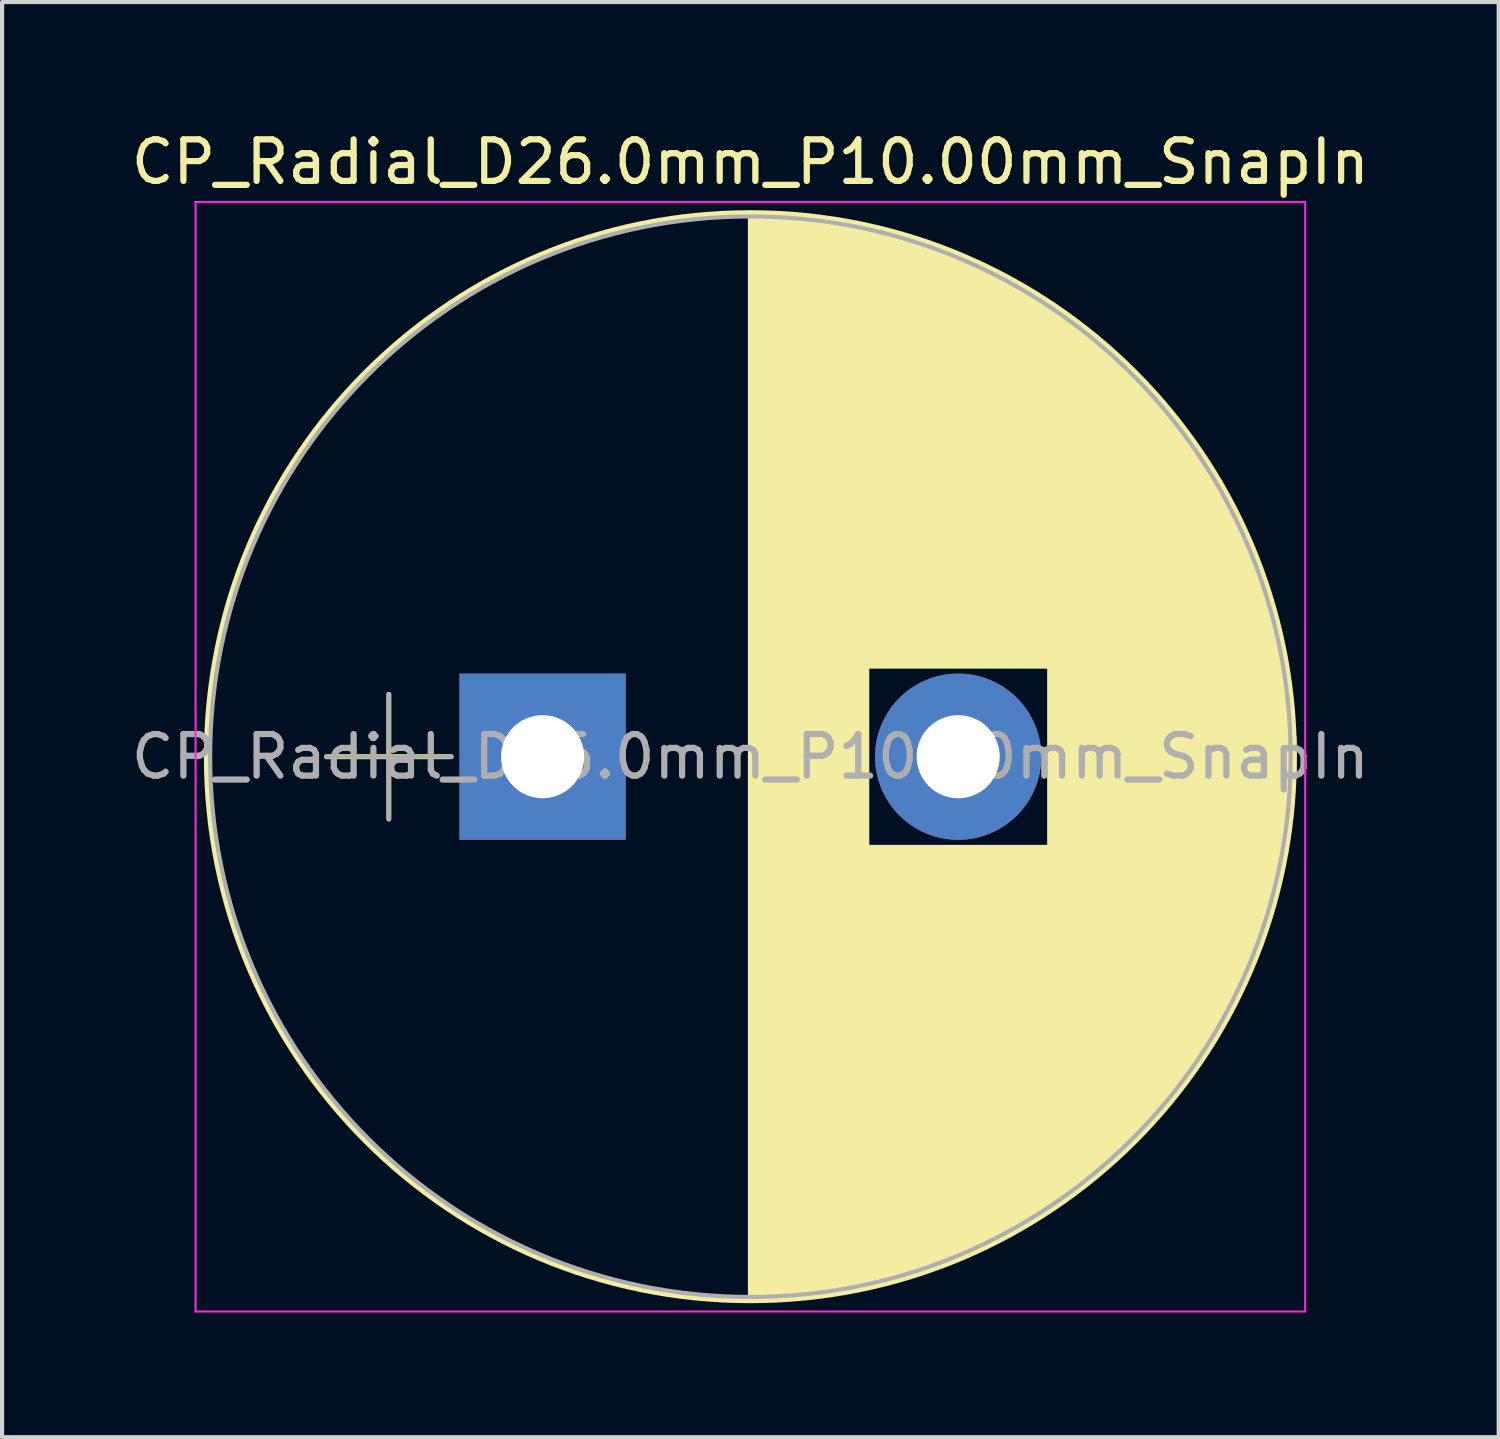
<source format=kicad_pcb>
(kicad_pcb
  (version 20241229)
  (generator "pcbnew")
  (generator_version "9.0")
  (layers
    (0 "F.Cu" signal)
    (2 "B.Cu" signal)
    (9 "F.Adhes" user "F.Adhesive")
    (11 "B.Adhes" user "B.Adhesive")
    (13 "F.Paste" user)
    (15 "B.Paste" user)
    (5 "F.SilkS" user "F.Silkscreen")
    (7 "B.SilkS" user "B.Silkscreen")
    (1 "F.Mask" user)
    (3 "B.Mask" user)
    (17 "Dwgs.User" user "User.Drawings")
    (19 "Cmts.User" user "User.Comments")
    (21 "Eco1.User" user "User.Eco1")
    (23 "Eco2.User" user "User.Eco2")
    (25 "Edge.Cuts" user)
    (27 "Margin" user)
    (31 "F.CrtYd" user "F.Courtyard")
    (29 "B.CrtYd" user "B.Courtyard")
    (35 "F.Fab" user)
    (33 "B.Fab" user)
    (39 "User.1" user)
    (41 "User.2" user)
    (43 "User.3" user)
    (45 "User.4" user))
  (footprint "CP_Radial_D26.0mm_P10.00mm_SnapIn"
    (layer "F.Cu")
    (at 10.006 15.158)
    (property "Reference" "CP_Radial_D26.0mm_P10.00mm_SnapIn" (at 5 -14.31 0) (layer "F.SilkS") (effects (font (size 1 1) (thickness 0.15))))
    (attr through_hole)
    (fp_line (start -5.2 0) (end -2.2 0) (stroke (width 0.12) (type solid)) (layer "F.SilkS"))
    (fp_line (start -3.7 -1.5) (end -3.7 1.5) (stroke (width 0.12) (type solid)) (layer "F.SilkS"))
    (fp_line (start 5 -13.05) (end 5 13.05) (stroke (width 0.12) (type solid)) (layer "F.SilkS"))
    (fp_line (start 5.04 -13.05) (end 5.04 13.05) (stroke (width 0.12) (type solid)) (layer "F.SilkS"))
    (fp_line (start 5.08 -13.05) (end 5.08 13.05) (stroke (width 0.12) (type solid)) (layer "F.SilkS"))
    (fp_line (start 5.12 -13.05) (end 5.12 13.05) (stroke (width 0.12) (type solid)) (layer "F.SilkS"))
    (fp_line (start 5.16 -13.05) (end 5.16 13.05) (stroke (width 0.12) (type solid)) (layer "F.SilkS"))
    (fp_line (start 5.2 -13.049) (end 5.2 13.049) (stroke (width 0.12) (type solid)) (layer "F.SilkS"))
    (fp_line (start 5.24 -13.048) (end 5.24 13.048) (stroke (width 0.12) (type solid)) (layer "F.SilkS"))
    (fp_line (start 5.28 -13.048) (end 5.28 13.048) (stroke (width 0.12) (type solid)) (layer "F.SilkS"))
    (fp_line (start 5.32 -13.047) (end 5.32 13.047) (stroke (width 0.12) (type solid)) (layer "F.SilkS"))
    (fp_line (start 5.36 -13.046) (end 5.36 13.046) (stroke (width 0.12) (type solid)) (layer "F.SilkS"))
    (fp_line (start 5.4 -13.044) (end 5.4 13.044) (stroke (width 0.12) (type solid)) (layer "F.SilkS"))
    (fp_line (start 5.44 -13.043) (end 5.44 13.043) (stroke (width 0.12) (type solid)) (layer "F.SilkS"))
    (fp_line (start 5.48 -13.042) (end 5.48 13.042) (stroke (width 0.12) (type solid)) (layer "F.SilkS"))
    (fp_line (start 5.52 -13.04) (end 5.52 13.04) (stroke (width 0.12) (type solid)) (layer "F.SilkS"))
    (fp_line (start 5.56 -13.039) (end 5.56 13.039) (stroke (width 0.12) (type solid)) (layer "F.SilkS"))
    (fp_line (start 5.6 -13.037) (end 5.6 13.037) (stroke (width 0.12) (type solid)) (layer "F.SilkS"))
    (fp_line (start 5.64 -13.035) (end 5.64 13.035) (stroke (width 0.12) (type solid)) (layer "F.SilkS"))
    (fp_line (start 5.68 -13.033) (end 5.68 13.033) (stroke (width 0.12) (type solid)) (layer "F.SilkS"))
    (fp_line (start 5.721 -13.031) (end 5.721 13.031) (stroke (width 0.12) (type solid)) (layer "F.SilkS"))
    (fp_line (start 5.761 -13.028) (end 5.761 13.028) (stroke (width 0.12) (type solid)) (layer "F.SilkS"))
    (fp_line (start 5.801 -13.026) (end 5.801 13.026) (stroke (width 0.12) (type solid)) (layer "F.SilkS"))
    (fp_line (start 5.841 -13.024) (end 5.841 13.024) (stroke (width 0.12) (type solid)) (layer "F.SilkS"))
    (fp_line (start 5.881 -13.021) (end 5.881 13.021) (stroke (width 0.12) (type solid)) (layer "F.SilkS"))
    (fp_line (start 5.921 -13.018) (end 5.921 13.018) (stroke (width 0.12) (type solid)) (layer "F.SilkS"))
    (fp_line (start 5.961 -13.015) (end 5.961 13.015) (stroke (width 0.12) (type solid)) (layer "F.SilkS"))
    (fp_line (start 6.001 -13.012) (end 6.001 13.012) (stroke (width 0.12) (type solid)) (layer "F.SilkS"))
    (fp_line (start 6.041 -13.009) (end 6.041 13.009) (stroke (width 0.12) (type solid)) (layer "F.SilkS"))
    (fp_line (start 6.081 -13.006) (end 6.081 13.006) (stroke (width 0.12) (type solid)) (layer "F.SilkS"))
    (fp_line (start 6.121 -13.002) (end 6.121 13.002) (stroke (width 0.12) (type solid)) (layer "F.SilkS"))
    (fp_line (start 6.161 -12.999) (end 6.161 12.999) (stroke (width 0.12) (type solid)) (layer "F.SilkS"))
    (fp_line (start 6.201 -12.995) (end 6.201 12.995) (stroke (width 0.12) (type solid)) (layer "F.SilkS"))
    (fp_line (start 6.241 -12.992) (end 6.241 12.992) (stroke (width 0.12) (type solid)) (layer "F.SilkS"))
    (fp_line (start 6.281 -12.988) (end 6.281 12.988) (stroke (width 0.12) (type solid)) (layer "F.SilkS"))
    (fp_line (start 6.321 -12.984) (end 6.321 12.984) (stroke (width 0.12) (type solid)) (layer "F.SilkS"))
    (fp_line (start 6.361 -12.98) (end 6.361 12.98) (stroke (width 0.12) (type solid)) (layer "F.SilkS"))
    (fp_line (start 6.401 -12.975) (end 6.401 12.975) (stroke (width 0.12) (type solid)) (layer "F.SilkS"))
    (fp_line (start 6.441 -12.971) (end 6.441 12.971) (stroke (width 0.12) (type solid)) (layer "F.SilkS"))
    (fp_line (start 6.481 -12.967) (end 6.481 12.967) (stroke (width 0.12) (type solid)) (layer "F.SilkS"))
    (fp_line (start 6.521 -12.962) (end 6.521 12.962) (stroke (width 0.12) (type solid)) (layer "F.SilkS"))
    (fp_line (start 6.561 -12.957) (end 6.561 12.957) (stroke (width 0.12) (type solid)) (layer "F.SilkS"))
    (fp_line (start 6.601 -12.952) (end 6.601 12.952) (stroke (width 0.12) (type solid)) (layer "F.SilkS"))
    (fp_line (start 6.641 -12.947) (end 6.641 12.947) (stroke (width 0.12) (type solid)) (layer "F.SilkS"))
    (fp_line (start 6.681 -12.942) (end 6.681 12.942) (stroke (width 0.12) (type solid)) (layer "F.SilkS"))
    (fp_line (start 6.721 -12.937) (end 6.721 12.937) (stroke (width 0.12) (type solid)) (layer "F.SilkS"))
    (fp_line (start 6.761 -12.932) (end 6.761 12.932) (stroke (width 0.12) (type solid)) (layer "F.SilkS"))
    (fp_line (start 6.801 -12.926) (end 6.801 12.926) (stroke (width 0.12) (type solid)) (layer "F.SilkS"))
    (fp_line (start 6.841 -12.921) (end 6.841 12.921) (stroke (width 0.12) (type solid)) (layer "F.SilkS"))
    (fp_line (start 6.881 -12.915) (end 6.881 12.915) (stroke (width 0.12) (type solid)) (layer "F.SilkS"))
    (fp_line (start 6.921 -12.909) (end 6.921 12.909) (stroke (width 0.12) (type solid)) (layer "F.SilkS"))
    (fp_line (start 6.961 -12.903) (end 6.961 12.903) (stroke (width 0.12) (type solid)) (layer "F.SilkS"))
    (fp_line (start 7.001 -12.897) (end 7.001 12.897) (stroke (width 0.12) (type solid)) (layer "F.SilkS"))
    (fp_line (start 7.041 -12.891) (end 7.041 12.891) (stroke (width 0.12) (type solid)) (layer "F.SilkS"))
    (fp_line (start 7.081 -12.884) (end 7.081 12.884) (stroke (width 0.12) (type solid)) (layer "F.SilkS"))
    (fp_line (start 7.121 -12.878) (end 7.121 12.878) (stroke (width 0.12) (type solid)) (layer "F.SilkS"))
    (fp_line (start 7.161 -12.871) (end 7.161 12.871) (stroke (width 0.12) (type solid)) (layer "F.SilkS"))
    (fp_line (start 7.201 -12.864) (end 7.201 12.864) (stroke (width 0.12) (type solid)) (layer "F.SilkS"))
    (fp_line (start 7.241 -12.857) (end 7.241 12.857) (stroke (width 0.12) (type solid)) (layer "F.SilkS"))
    (fp_line (start 7.281 -12.85) (end 7.281 12.85) (stroke (width 0.12) (type solid)) (layer "F.SilkS"))
    (fp_line (start 7.321 -12.843) (end 7.321 12.843) (stroke (width 0.12) (type solid)) (layer "F.SilkS"))
    (fp_line (start 7.361 -12.836) (end 7.361 12.836) (stroke (width 0.12) (type solid)) (layer "F.SilkS"))
    (fp_line (start 7.401 -12.829) (end 7.401 12.829) (stroke (width 0.12) (type solid)) (layer "F.SilkS"))
    (fp_line (start 7.441 -12.821) (end 7.441 12.821) (stroke (width 0.12) (type solid)) (layer "F.SilkS"))
    (fp_line (start 7.481 -12.813) (end 7.481 12.813) (stroke (width 0.12) (type solid)) (layer "F.SilkS"))
    (fp_line (start 7.521 -12.806) (end 7.521 12.806) (stroke (width 0.12) (type solid)) (layer "F.SilkS"))
    (fp_line (start 7.561 -12.798) (end 7.561 12.798) (stroke (width 0.12) (type solid)) (layer "F.SilkS"))
    (fp_line (start 7.601 -12.79) (end 7.601 12.79) (stroke (width 0.12) (type solid)) (layer "F.SilkS"))
    (fp_line (start 7.641 -12.782) (end 7.641 12.782) (stroke (width 0.12) (type solid)) (layer "F.SilkS"))
    (fp_line (start 7.681 -12.773) (end 7.681 12.773) (stroke (width 0.12) (type solid)) (layer "F.SilkS"))
    (fp_line (start 7.721 -12.765) (end 7.721 12.765) (stroke (width 0.12) (type solid)) (layer "F.SilkS"))
    (fp_line (start 7.761 -12.756) (end 7.761 12.756) (stroke (width 0.12) (type solid)) (layer "F.SilkS"))
    (fp_line (start 7.801 -12.748) (end 7.801 12.748) (stroke (width 0.12) (type solid)) (layer "F.SilkS"))
    (fp_line (start 7.841 -12.739) (end 7.841 -2.18) (stroke (width 0.12) (type solid)) (layer "F.SilkS"))
    (fp_line (start 7.841 2.18) (end 7.841 12.739) (stroke (width 0.12) (type solid)) (layer "F.SilkS"))
    (fp_line (start 7.881 -12.73) (end 7.881 -2.18) (stroke (width 0.12) (type solid)) (layer "F.SilkS"))
    (fp_line (start 7.881 2.18) (end 7.881 12.73) (stroke (width 0.12) (type solid)) (layer "F.SilkS"))
    (fp_line (start 7.921 -12.721) (end 7.921 -2.18) (stroke (width 0.12) (type solid)) (layer "F.SilkS"))
    (fp_line (start 7.921 2.18) (end 7.921 12.721) (stroke (width 0.12) (type solid)) (layer "F.SilkS"))
    (fp_line (start 7.961 -12.711) (end 7.961 -2.18) (stroke (width 0.12) (type solid)) (layer "F.SilkS"))
    (fp_line (start 7.961 2.18) (end 7.961 12.711) (stroke (width 0.12) (type solid)) (layer "F.SilkS"))
    (fp_line (start 8.001 -12.702) (end 8.001 -2.18) (stroke (width 0.12) (type solid)) (layer "F.SilkS"))
    (fp_line (start 8.001 2.18) (end 8.001 12.702) (stroke (width 0.12) (type solid)) (layer "F.SilkS"))
    (fp_line (start 8.041 -12.693) (end 8.041 -2.18) (stroke (width 0.12) (type solid)) (layer "F.SilkS"))
    (fp_line (start 8.041 2.18) (end 8.041 12.693) (stroke (width 0.12) (type solid)) (layer "F.SilkS"))
    (fp_line (start 8.081 -12.683) (end 8.081 -2.18) (stroke (width 0.12) (type solid)) (layer "F.SilkS"))
    (fp_line (start 8.081 2.18) (end 8.081 12.683) (stroke (width 0.12) (type solid)) (layer "F.SilkS"))
    (fp_line (start 8.121 -12.673) (end 8.121 -2.18) (stroke (width 0.12) (type solid)) (layer "F.SilkS"))
    (fp_line (start 8.121 2.18) (end 8.121 12.673) (stroke (width 0.12) (type solid)) (layer "F.SilkS"))
    (fp_line (start 8.161 -12.663) (end 8.161 -2.18) (stroke (width 0.12) (type solid)) (layer "F.SilkS"))
    (fp_line (start 8.161 2.18) (end 8.161 12.663) (stroke (width 0.12) (type solid)) (layer "F.SilkS"))
    (fp_line (start 8.201 -12.653) (end 8.201 -2.18) (stroke (width 0.12) (type solid)) (layer "F.SilkS"))
    (fp_line (start 8.201 2.18) (end 8.201 12.653) (stroke (width 0.12) (type solid)) (layer "F.SilkS"))
    (fp_line (start 8.241 -12.643) (end 8.241 -2.18) (stroke (width 0.12) (type solid)) (layer "F.SilkS"))
    (fp_line (start 8.241 2.18) (end 8.241 12.643) (stroke (width 0.12) (type solid)) (layer "F.SilkS"))
    (fp_line (start 8.281 -12.633) (end 8.281 -2.18) (stroke (width 0.12) (type solid)) (layer "F.SilkS"))
    (fp_line (start 8.281 2.18) (end 8.281 12.633) (stroke (width 0.12) (type solid)) (layer "F.SilkS"))
    (fp_line (start 8.321 -12.622) (end 8.321 -2.18) (stroke (width 0.12) (type solid)) (layer "F.SilkS"))
    (fp_line (start 8.321 2.18) (end 8.321 12.622) (stroke (width 0.12) (type solid)) (layer "F.SilkS"))
    (fp_line (start 8.361 -12.612) (end 8.361 -2.18) (stroke (width 0.12) (type solid)) (layer "F.SilkS"))
    (fp_line (start 8.361 2.18) (end 8.361 12.612) (stroke (width 0.12) (type solid)) (layer "F.SilkS"))
    (fp_line (start 8.401 -12.601) (end 8.401 -2.18) (stroke (width 0.12) (type solid)) (layer "F.SilkS"))
    (fp_line (start 8.401 2.18) (end 8.401 12.601) (stroke (width 0.12) (type solid)) (layer "F.SilkS"))
    (fp_line (start 8.441 -12.59) (end 8.441 -2.18) (stroke (width 0.12) (type solid)) (layer "F.SilkS"))
    (fp_line (start 8.441 2.18) (end 8.441 12.59) (stroke (width 0.12) (type solid)) (layer "F.SilkS"))
    (fp_line (start 8.481 -12.579) (end 8.481 -2.18) (stroke (width 0.12) (type solid)) (layer "F.SilkS"))
    (fp_line (start 8.481 2.18) (end 8.481 12.579) (stroke (width 0.12) (type solid)) (layer "F.SilkS"))
    (fp_line (start 8.521 -12.568) (end 8.521 -2.18) (stroke (width 0.12) (type solid)) (layer "F.SilkS"))
    (fp_line (start 8.521 2.18) (end 8.521 12.568) (stroke (width 0.12) (type solid)) (layer "F.SilkS"))
    (fp_line (start 8.561 -12.557) (end 8.561 -2.18) (stroke (width 0.12) (type solid)) (layer "F.SilkS"))
    (fp_line (start 8.561 2.18) (end 8.561 12.557) (stroke (width 0.12) (type solid)) (layer "F.SilkS"))
    (fp_line (start 8.601 -12.546) (end 8.601 -2.18) (stroke (width 0.12) (type solid)) (layer "F.SilkS"))
    (fp_line (start 8.601 2.18) (end 8.601 12.546) (stroke (width 0.12) (type solid)) (layer "F.SilkS"))
    (fp_line (start 8.641 -12.534) (end 8.641 -2.18) (stroke (width 0.12) (type solid)) (layer "F.SilkS"))
    (fp_line (start 8.641 2.18) (end 8.641 12.534) (stroke (width 0.12) (type solid)) (layer "F.SilkS"))
    (fp_line (start 8.681 -12.523) (end 8.681 -2.18) (stroke (width 0.12) (type solid)) (layer "F.SilkS"))
    (fp_line (start 8.681 2.18) (end 8.681 12.523) (stroke (width 0.12) (type solid)) (layer "F.SilkS"))
    (fp_line (start 8.721 -12.511) (end 8.721 -2.18) (stroke (width 0.12) (type solid)) (layer "F.SilkS"))
    (fp_line (start 8.721 2.18) (end 8.721 12.511) (stroke (width 0.12) (type solid)) (layer "F.SilkS"))
    (fp_line (start 8.761 -12.499) (end 8.761 -2.18) (stroke (width 0.12) (type solid)) (layer "F.SilkS"))
    (fp_line (start 8.761 2.18) (end 8.761 12.499) (stroke (width 0.12) (type solid)) (layer "F.SilkS"))
    (fp_line (start 8.801 -12.487) (end 8.801 -2.18) (stroke (width 0.12) (type solid)) (layer "F.SilkS"))
    (fp_line (start 8.801 2.18) (end 8.801 12.487) (stroke (width 0.12) (type solid)) (layer "F.SilkS"))
    (fp_line (start 8.841 -12.475) (end 8.841 -2.18) (stroke (width 0.12) (type solid)) (layer "F.SilkS"))
    (fp_line (start 8.841 2.18) (end 8.841 12.475) (stroke (width 0.12) (type solid)) (layer "F.SilkS"))
    (fp_line (start 8.881 -12.462) (end 8.881 -2.18) (stroke (width 0.12) (type solid)) (layer "F.SilkS"))
    (fp_line (start 8.881 2.18) (end 8.881 12.462) (stroke (width 0.12) (type solid)) (layer "F.SilkS"))
    (fp_line (start 8.921 -12.45) (end 8.921 -2.18) (stroke (width 0.12) (type solid)) (layer "F.SilkS"))
    (fp_line (start 8.921 2.18) (end 8.921 12.45) (stroke (width 0.12) (type solid)) (layer "F.SilkS"))
    (fp_line (start 8.961 -12.437) (end 8.961 -2.18) (stroke (width 0.12) (type solid)) (layer "F.SilkS"))
    (fp_line (start 8.961 2.18) (end 8.961 12.437) (stroke (width 0.12) (type solid)) (layer "F.SilkS"))
    (fp_line (start 9.001 -12.424) (end 9.001 -2.18) (stroke (width 0.12) (type solid)) (layer "F.SilkS"))
    (fp_line (start 9.001 2.18) (end 9.001 12.424) (stroke (width 0.12) (type solid)) (layer "F.SilkS"))
    (fp_line (start 9.041 -12.411) (end 9.041 -2.18) (stroke (width 0.12) (type solid)) (layer "F.SilkS"))
    (fp_line (start 9.041 2.18) (end 9.041 12.411) (stroke (width 0.12) (type solid)) (layer "F.SilkS"))
    (fp_line (start 9.081 -12.398) (end 9.081 -2.18) (stroke (width 0.12) (type solid)) (layer "F.SilkS"))
    (fp_line (start 9.081 2.18) (end 9.081 12.398) (stroke (width 0.12) (type solid)) (layer "F.SilkS"))
    (fp_line (start 9.121 -12.385) (end 9.121 -2.18) (stroke (width 0.12) (type solid)) (layer "F.SilkS"))
    (fp_line (start 9.121 2.18) (end 9.121 12.385) (stroke (width 0.12) (type solid)) (layer "F.SilkS"))
    (fp_line (start 9.161 -12.372) (end 9.161 -2.18) (stroke (width 0.12) (type solid)) (layer "F.SilkS"))
    (fp_line (start 9.161 2.18) (end 9.161 12.372) (stroke (width 0.12) (type solid)) (layer "F.SilkS"))
    (fp_line (start 9.201 -12.358) (end 9.201 -2.18) (stroke (width 0.12) (type solid)) (layer "F.SilkS"))
    (fp_line (start 9.201 2.18) (end 9.201 12.358) (stroke (width 0.12) (type solid)) (layer "F.SilkS"))
    (fp_line (start 9.241 -12.345) (end 9.241 -2.18) (stroke (width 0.12) (type solid)) (layer "F.SilkS"))
    (fp_line (start 9.241 2.18) (end 9.241 12.345) (stroke (width 0.12) (type solid)) (layer "F.SilkS"))
    (fp_line (start 9.281 -12.331) (end 9.281 -2.18) (stroke (width 0.12) (type solid)) (layer "F.SilkS"))
    (fp_line (start 9.281 2.18) (end 9.281 12.331) (stroke (width 0.12) (type solid)) (layer "F.SilkS"))
    (fp_line (start 9.321 -12.317) (end 9.321 -2.18) (stroke (width 0.12) (type solid)) (layer "F.SilkS"))
    (fp_line (start 9.321 2.18) (end 9.321 12.317) (stroke (width 0.12) (type solid)) (layer "F.SilkS"))
    (fp_line (start 9.361 -12.303) (end 9.361 -2.18) (stroke (width 0.12) (type solid)) (layer "F.SilkS"))
    (fp_line (start 9.361 2.18) (end 9.361 12.303) (stroke (width 0.12) (type solid)) (layer "F.SilkS"))
    (fp_line (start 9.401 -12.289) (end 9.401 -2.18) (stroke (width 0.12) (type solid)) (layer "F.SilkS"))
    (fp_line (start 9.401 2.18) (end 9.401 12.289) (stroke (width 0.12) (type solid)) (layer "F.SilkS"))
    (fp_line (start 9.441 -12.274) (end 9.441 -2.18) (stroke (width 0.12) (type solid)) (layer "F.SilkS"))
    (fp_line (start 9.441 2.18) (end 9.441 12.274) (stroke (width 0.12) (type solid)) (layer "F.SilkS"))
    (fp_line (start 9.481 -12.26) (end 9.481 -2.18) (stroke (width 0.12) (type solid)) (layer "F.SilkS"))
    (fp_line (start 9.481 2.18) (end 9.481 12.26) (stroke (width 0.12) (type solid)) (layer "F.SilkS"))
    (fp_line (start 9.521 -12.245) (end 9.521 -2.18) (stroke (width 0.12) (type solid)) (layer "F.SilkS"))
    (fp_line (start 9.521 2.18) (end 9.521 12.245) (stroke (width 0.12) (type solid)) (layer "F.SilkS"))
    (fp_line (start 9.561 -12.231) (end 9.561 -2.18) (stroke (width 0.12) (type solid)) (layer "F.SilkS"))
    (fp_line (start 9.561 2.18) (end 9.561 12.231) (stroke (width 0.12) (type solid)) (layer "F.SilkS"))
    (fp_line (start 9.601 -12.216) (end 9.601 -2.18) (stroke (width 0.12) (type solid)) (layer "F.SilkS"))
    (fp_line (start 9.601 2.18) (end 9.601 12.216) (stroke (width 0.12) (type solid)) (layer "F.SilkS"))
    (fp_line (start 9.641 -12.201) (end 9.641 -2.18) (stroke (width 0.12) (type solid)) (layer "F.SilkS"))
    (fp_line (start 9.641 2.18) (end 9.641 12.201) (stroke (width 0.12) (type solid)) (layer "F.SilkS"))
    (fp_line (start 9.681 -12.185) (end 9.681 -2.18) (stroke (width 0.12) (type solid)) (layer "F.SilkS"))
    (fp_line (start 9.681 2.18) (end 9.681 12.185) (stroke (width 0.12) (type solid)) (layer "F.SilkS"))
    (fp_line (start 9.721 -12.17) (end 9.721 -2.18) (stroke (width 0.12) (type solid)) (layer "F.SilkS"))
    (fp_line (start 9.721 2.18) (end 9.721 12.17) (stroke (width 0.12) (type solid)) (layer "F.SilkS"))
    (fp_line (start 9.761 -12.154) (end 9.761 -2.18) (stroke (width 0.12) (type solid)) (layer "F.SilkS"))
    (fp_line (start 9.761 2.18) (end 9.761 12.154) (stroke (width 0.12) (type solid)) (layer "F.SilkS"))
    (fp_line (start 9.801 -12.139) (end 9.801 -2.18) (stroke (width 0.12) (type solid)) (layer "F.SilkS"))
    (fp_line (start 9.801 2.18) (end 9.801 12.139) (stroke (width 0.12) (type solid)) (layer "F.SilkS"))
    (fp_line (start 9.841 -12.123) (end 9.841 -2.18) (stroke (width 0.12) (type solid)) (layer "F.SilkS"))
    (fp_line (start 9.841 2.18) (end 9.841 12.123) (stroke (width 0.12) (type solid)) (layer "F.SilkS"))
    (fp_line (start 9.881 -12.107) (end 9.881 -2.18) (stroke (width 0.12) (type solid)) (layer "F.SilkS"))
    (fp_line (start 9.881 2.18) (end 9.881 12.107) (stroke (width 0.12) (type solid)) (layer "F.SilkS"))
    (fp_line (start 9.921 -12.091) (end 9.921 -2.18) (stroke (width 0.12) (type solid)) (layer "F.SilkS"))
    (fp_line (start 9.921 2.18) (end 9.921 12.091) (stroke (width 0.12) (type solid)) (layer "F.SilkS"))
    (fp_line (start 9.961 -12.074) (end 9.961 -2.18) (stroke (width 0.12) (type solid)) (layer "F.SilkS"))
    (fp_line (start 9.961 2.18) (end 9.961 12.074) (stroke (width 0.12) (type solid)) (layer "F.SilkS"))
    (fp_line (start 10.001 -12.058) (end 10.001 -2.18) (stroke (width 0.12) (type solid)) (layer "F.SilkS"))
    (fp_line (start 10.001 2.18) (end 10.001 12.058) (stroke (width 0.12) (type solid)) (layer "F.SilkS"))
    (fp_line (start 10.041 -12.041) (end 10.041 -2.18) (stroke (width 0.12) (type solid)) (layer "F.SilkS"))
    (fp_line (start 10.041 2.18) (end 10.041 12.041) (stroke (width 0.12) (type solid)) (layer "F.SilkS"))
    (fp_line (start 10.081 -12.025) (end 10.081 -2.18) (stroke (width 0.12) (type solid)) (layer "F.SilkS"))
    (fp_line (start 10.081 2.18) (end 10.081 12.025) (stroke (width 0.12) (type solid)) (layer "F.SilkS"))
    (fp_line (start 10.121 -12.008) (end 10.121 -2.18) (stroke (width 0.12) (type solid)) (layer "F.SilkS"))
    (fp_line (start 10.121 2.18) (end 10.121 12.008) (stroke (width 0.12) (type solid)) (layer "F.SilkS"))
    (fp_line (start 10.161 -11.991) (end 10.161 -2.18) (stroke (width 0.12) (type solid)) (layer "F.SilkS"))
    (fp_line (start 10.161 2.18) (end 10.161 11.991) (stroke (width 0.12) (type solid)) (layer "F.SilkS"))
    (fp_line (start 10.201 -11.973) (end 10.201 -2.18) (stroke (width 0.12) (type solid)) (layer "F.SilkS"))
    (fp_line (start 10.201 2.18) (end 10.201 11.973) (stroke (width 0.12) (type solid)) (layer "F.SilkS"))
    (fp_line (start 10.241 -11.956) (end 10.241 -2.18) (stroke (width 0.12) (type solid)) (layer "F.SilkS"))
    (fp_line (start 10.241 2.18) (end 10.241 11.956) (stroke (width 0.12) (type solid)) (layer "F.SilkS"))
    (fp_line (start 10.281 -11.938) (end 10.281 -2.18) (stroke (width 0.12) (type solid)) (layer "F.SilkS"))
    (fp_line (start 10.281 2.18) (end 10.281 11.938) (stroke (width 0.12) (type solid)) (layer "F.SilkS"))
    (fp_line (start 10.321 -11.921) (end 10.321 -2.18) (stroke (width 0.12) (type solid)) (layer "F.SilkS"))
    (fp_line (start 10.321 2.18) (end 10.321 11.921) (stroke (width 0.12) (type solid)) (layer "F.SilkS"))
    (fp_line (start 10.361 -11.903) (end 10.361 -2.18) (stroke (width 0.12) (type solid)) (layer "F.SilkS"))
    (fp_line (start 10.361 2.18) (end 10.361 11.903) (stroke (width 0.12) (type solid)) (layer "F.SilkS"))
    (fp_line (start 10.401 -11.885) (end 10.401 -2.18) (stroke (width 0.12) (type solid)) (layer "F.SilkS"))
    (fp_line (start 10.401 2.18) (end 10.401 11.885) (stroke (width 0.12) (type solid)) (layer "F.SilkS"))
    (fp_line (start 10.441 -11.867) (end 10.441 -2.18) (stroke (width 0.12) (type solid)) (layer "F.SilkS"))
    (fp_line (start 10.441 2.18) (end 10.441 11.867) (stroke (width 0.12) (type solid)) (layer "F.SilkS"))
    (fp_line (start 10.481 -11.848) (end 10.481 -2.18) (stroke (width 0.12) (type solid)) (layer "F.SilkS"))
    (fp_line (start 10.481 2.18) (end 10.481 11.848) (stroke (width 0.12) (type solid)) (layer "F.SilkS"))
    (fp_line (start 10.521 -11.83) (end 10.521 -2.18) (stroke (width 0.12) (type solid)) (layer "F.SilkS"))
    (fp_line (start 10.521 2.18) (end 10.521 11.83) (stroke (width 0.12) (type solid)) (layer "F.SilkS"))
    (fp_line (start 10.561 -11.811) (end 10.561 -2.18) (stroke (width 0.12) (type solid)) (layer "F.SilkS"))
    (fp_line (start 10.561 2.18) (end 10.561 11.811) (stroke (width 0.12) (type solid)) (layer "F.SilkS"))
    (fp_line (start 10.601 -11.792) (end 10.601 -2.18) (stroke (width 0.12) (type solid)) (layer "F.SilkS"))
    (fp_line (start 10.601 2.18) (end 10.601 11.792) (stroke (width 0.12) (type solid)) (layer "F.SilkS"))
    (fp_line (start 10.641 -11.773) (end 10.641 -2.18) (stroke (width 0.12) (type solid)) (layer "F.SilkS"))
    (fp_line (start 10.641 2.18) (end 10.641 11.773) (stroke (width 0.12) (type solid)) (layer "F.SilkS"))
    (fp_line (start 10.681 -11.754) (end 10.681 -2.18) (stroke (width 0.12) (type solid)) (layer "F.SilkS"))
    (fp_line (start 10.681 2.18) (end 10.681 11.754) (stroke (width 0.12) (type solid)) (layer "F.SilkS"))
    (fp_line (start 10.721 -11.735) (end 10.721 -2.18) (stroke (width 0.12) (type solid)) (layer "F.SilkS"))
    (fp_line (start 10.721 2.18) (end 10.721 11.735) (stroke (width 0.12) (type solid)) (layer "F.SilkS"))
    (fp_line (start 10.761 -11.715) (end 10.761 -2.18) (stroke (width 0.12) (type solid)) (layer "F.SilkS"))
    (fp_line (start 10.761 2.18) (end 10.761 11.715) (stroke (width 0.12) (type solid)) (layer "F.SilkS"))
    (fp_line (start 10.801 -11.695) (end 10.801 -2.18) (stroke (width 0.12) (type solid)) (layer "F.SilkS"))
    (fp_line (start 10.801 2.18) (end 10.801 11.695) (stroke (width 0.12) (type solid)) (layer "F.SilkS"))
    (fp_line (start 10.841 -11.676) (end 10.841 -2.18) (stroke (width 0.12) (type solid)) (layer "F.SilkS"))
    (fp_line (start 10.841 2.18) (end 10.841 11.676) (stroke (width 0.12) (type solid)) (layer "F.SilkS"))
    (fp_line (start 10.881 -11.656) (end 10.881 -2.18) (stroke (width 0.12) (type solid)) (layer "F.SilkS"))
    (fp_line (start 10.881 2.18) (end 10.881 11.656) (stroke (width 0.12) (type solid)) (layer "F.SilkS"))
    (fp_line (start 10.921 -11.635) (end 10.921 -2.18) (stroke (width 0.12) (type solid)) (layer "F.SilkS"))
    (fp_line (start 10.921 2.18) (end 10.921 11.635) (stroke (width 0.12) (type solid)) (layer "F.SilkS"))
    (fp_line (start 10.961 -11.615) (end 10.961 -2.18) (stroke (width 0.12) (type solid)) (layer "F.SilkS"))
    (fp_line (start 10.961 2.18) (end 10.961 11.615) (stroke (width 0.12) (type solid)) (layer "F.SilkS"))
    (fp_line (start 11.001 -11.594) (end 11.001 -2.18) (stroke (width 0.12) (type solid)) (layer "F.SilkS"))
    (fp_line (start 11.001 2.18) (end 11.001 11.594) (stroke (width 0.12) (type solid)) (layer "F.SilkS"))
    (fp_line (start 11.041 -11.574) (end 11.041 -2.18) (stroke (width 0.12) (type solid)) (layer "F.SilkS"))
    (fp_line (start 11.041 2.18) (end 11.041 11.574) (stroke (width 0.12) (type solid)) (layer "F.SilkS"))
    (fp_line (start 11.081 -11.553) (end 11.081 -2.18) (stroke (width 0.12) (type solid)) (layer "F.SilkS"))
    (fp_line (start 11.081 2.18) (end 11.081 11.553) (stroke (width 0.12) (type solid)) (layer "F.SilkS"))
    (fp_line (start 11.121 -11.532) (end 11.121 -2.18) (stroke (width 0.12) (type solid)) (layer "F.SilkS"))
    (fp_line (start 11.121 2.18) (end 11.121 11.532) (stroke (width 0.12) (type solid)) (layer "F.SilkS"))
    (fp_line (start 11.161 -11.51) (end 11.161 -2.18) (stroke (width 0.12) (type solid)) (layer "F.SilkS"))
    (fp_line (start 11.161 2.18) (end 11.161 11.51) (stroke (width 0.12) (type solid)) (layer "F.SilkS"))
    (fp_line (start 11.201 -11.489) (end 11.201 -2.18) (stroke (width 0.12) (type solid)) (layer "F.SilkS"))
    (fp_line (start 11.201 2.18) (end 11.201 11.489) (stroke (width 0.12) (type solid)) (layer "F.SilkS"))
    (fp_line (start 11.241 -11.467) (end 11.241 -2.18) (stroke (width 0.12) (type solid)) (layer "F.SilkS"))
    (fp_line (start 11.241 2.18) (end 11.241 11.467) (stroke (width 0.12) (type solid)) (layer "F.SilkS"))
    (fp_line (start 11.281 -11.446) (end 11.281 -2.18) (stroke (width 0.12) (type solid)) (layer "F.SilkS"))
    (fp_line (start 11.281 2.18) (end 11.281 11.446) (stroke (width 0.12) (type solid)) (layer "F.SilkS"))
    (fp_line (start 11.321 -11.424) (end 11.321 -2.18) (stroke (width 0.12) (type solid)) (layer "F.SilkS"))
    (fp_line (start 11.321 2.18) (end 11.321 11.424) (stroke (width 0.12) (type solid)) (layer "F.SilkS"))
    (fp_line (start 11.361 -11.402) (end 11.361 -2.18) (stroke (width 0.12) (type solid)) (layer "F.SilkS"))
    (fp_line (start 11.361 2.18) (end 11.361 11.402) (stroke (width 0.12) (type solid)) (layer "F.SilkS"))
    (fp_line (start 11.401 -11.379) (end 11.401 -2.18) (stroke (width 0.12) (type solid)) (layer "F.SilkS"))
    (fp_line (start 11.401 2.18) (end 11.401 11.379) (stroke (width 0.12) (type solid)) (layer "F.SilkS"))
    (fp_line (start 11.441 -11.357) (end 11.441 -2.18) (stroke (width 0.12) (type solid)) (layer "F.SilkS"))
    (fp_line (start 11.441 2.18) (end 11.441 11.357) (stroke (width 0.12) (type solid)) (layer "F.SilkS"))
    (fp_line (start 11.481 -11.334) (end 11.481 -2.18) (stroke (width 0.12) (type solid)) (layer "F.SilkS"))
    (fp_line (start 11.481 2.18) (end 11.481 11.334) (stroke (width 0.12) (type solid)) (layer "F.SilkS"))
    (fp_line (start 11.521 -11.311) (end 11.521 -2.18) (stroke (width 0.12) (type solid)) (layer "F.SilkS"))
    (fp_line (start 11.521 2.18) (end 11.521 11.311) (stroke (width 0.12) (type solid)) (layer "F.SilkS"))
    (fp_line (start 11.561 -11.288) (end 11.561 -2.18) (stroke (width 0.12) (type solid)) (layer "F.SilkS"))
    (fp_line (start 11.561 2.18) (end 11.561 11.288) (stroke (width 0.12) (type solid)) (layer "F.SilkS"))
    (fp_line (start 11.601 -11.265) (end 11.601 -2.18) (stroke (width 0.12) (type solid)) (layer "F.SilkS"))
    (fp_line (start 11.601 2.18) (end 11.601 11.265) (stroke (width 0.12) (type solid)) (layer "F.SilkS"))
    (fp_line (start 11.641 -11.241) (end 11.641 -2.18) (stroke (width 0.12) (type solid)) (layer "F.SilkS"))
    (fp_line (start 11.641 2.18) (end 11.641 11.241) (stroke (width 0.12) (type solid)) (layer "F.SilkS"))
    (fp_line (start 11.681 -11.218) (end 11.681 -2.18) (stroke (width 0.12) (type solid)) (layer "F.SilkS"))
    (fp_line (start 11.681 2.18) (end 11.681 11.218) (stroke (width 0.12) (type solid)) (layer "F.SilkS"))
    (fp_line (start 11.721 -11.194) (end 11.721 -2.18) (stroke (width 0.12) (type solid)) (layer "F.SilkS"))
    (fp_line (start 11.721 2.18) (end 11.721 11.194) (stroke (width 0.12) (type solid)) (layer "F.SilkS"))
    (fp_line (start 11.761 -11.17) (end 11.761 -2.18) (stroke (width 0.12) (type solid)) (layer "F.SilkS"))
    (fp_line (start 11.761 2.18) (end 11.761 11.17) (stroke (width 0.12) (type solid)) (layer "F.SilkS"))
    (fp_line (start 11.801 -11.146) (end 11.801 -2.18) (stroke (width 0.12) (type solid)) (layer "F.SilkS"))
    (fp_line (start 11.801 2.18) (end 11.801 11.146) (stroke (width 0.12) (type solid)) (layer "F.SilkS"))
    (fp_line (start 11.841 -11.121) (end 11.841 -2.18) (stroke (width 0.12) (type solid)) (layer "F.SilkS"))
    (fp_line (start 11.841 2.18) (end 11.841 11.121) (stroke (width 0.12) (type solid)) (layer "F.SilkS"))
    (fp_line (start 11.881 -11.097) (end 11.881 -2.18) (stroke (width 0.12) (type solid)) (layer "F.SilkS"))
    (fp_line (start 11.881 2.18) (end 11.881 11.097) (stroke (width 0.12) (type solid)) (layer "F.SilkS"))
    (fp_line (start 11.921 -11.072) (end 11.921 -2.18) (stroke (width 0.12) (type solid)) (layer "F.SilkS"))
    (fp_line (start 11.921 2.18) (end 11.921 11.072) (stroke (width 0.12) (type solid)) (layer "F.SilkS"))
    (fp_line (start 11.961 -11.047) (end 11.961 -2.18) (stroke (width 0.12) (type solid)) (layer "F.SilkS"))
    (fp_line (start 11.961 2.18) (end 11.961 11.047) (stroke (width 0.12) (type solid)) (layer "F.SilkS"))
    (fp_line (start 12.001 -11.022) (end 12.001 -2.18) (stroke (width 0.12) (type solid)) (layer "F.SilkS"))
    (fp_line (start 12.001 2.18) (end 12.001 11.022) (stroke (width 0.12) (type solid)) (layer "F.SilkS"))
    (fp_line (start 12.041 -10.996) (end 12.041 -2.18) (stroke (width 0.12) (type solid)) (layer "F.SilkS"))
    (fp_line (start 12.041 2.18) (end 12.041 10.996) (stroke (width 0.12) (type solid)) (layer "F.SilkS"))
    (fp_line (start 12.081 -10.971) (end 12.081 -2.18) (stroke (width 0.12) (type solid)) (layer "F.SilkS"))
    (fp_line (start 12.081 2.18) (end 12.081 10.971) (stroke (width 0.12) (type solid)) (layer "F.SilkS"))
    (fp_line (start 12.121 -10.945) (end 12.121 -2.18) (stroke (width 0.12) (type solid)) (layer "F.SilkS"))
    (fp_line (start 12.121 2.18) (end 12.121 10.945) (stroke (width 0.12) (type solid)) (layer "F.SilkS"))
    (fp_line (start 12.161 -10.919) (end 12.161 -2.18) (stroke (width 0.12) (type solid)) (layer "F.SilkS"))
    (fp_line (start 12.161 2.18) (end 12.161 10.919) (stroke (width 0.12) (type solid)) (layer "F.SilkS"))
    (fp_line (start 12.201 -10.892) (end 12.201 10.892) (stroke (width 0.12) (type solid)) (layer "F.SilkS"))
    (fp_line (start 12.241 -10.866) (end 12.241 10.866) (stroke (width 0.12) (type solid)) (layer "F.SilkS"))
    (fp_line (start 12.281 -10.839) (end 12.281 10.839) (stroke (width 0.12) (type solid)) (layer "F.SilkS"))
    (fp_line (start 12.321 -10.812) (end 12.321 10.812) (stroke (width 0.12) (type solid)) (layer "F.SilkS"))
    (fp_line (start 12.361 -10.785) (end 12.361 10.785) (stroke (width 0.12) (type solid)) (layer "F.SilkS"))
    (fp_line (start 12.401 -10.758) (end 12.401 10.758) (stroke (width 0.12) (type solid)) (layer "F.SilkS"))
    (fp_line (start 12.441 -10.731) (end 12.441 10.731) (stroke (width 0.12) (type solid)) (layer "F.SilkS"))
    (fp_line (start 12.481 -10.703) (end 12.481 10.703) (stroke (width 0.12) (type solid)) (layer "F.SilkS"))
    (fp_line (start 12.521 -10.675) (end 12.521 10.675) (stroke (width 0.12) (type solid)) (layer "F.SilkS"))
    (fp_line (start 12.561 -10.647) (end 12.561 10.647) (stroke (width 0.12) (type solid)) (layer "F.SilkS"))
    (fp_line (start 12.601 -10.618) (end 12.601 10.618) (stroke (width 0.12) (type solid)) (layer "F.SilkS"))
    (fp_line (start 12.641 -10.59) (end 12.641 10.59) (stroke (width 0.12) (type solid)) (layer "F.SilkS"))
    (fp_line (start 12.681 -10.561) (end 12.681 10.561) (stroke (width 0.12) (type solid)) (layer "F.SilkS"))
    (fp_line (start 12.721 -10.532) (end 12.721 10.532) (stroke (width 0.12) (type solid)) (layer "F.SilkS"))
    (fp_line (start 12.761 -10.502) (end 12.761 10.502) (stroke (width 0.12) (type solid)) (layer "F.SilkS"))
    (fp_line (start 12.801 -10.473) (end 12.801 10.473) (stroke (width 0.12) (type solid)) (layer "F.SilkS"))
    (fp_line (start 12.841 -10.443) (end 12.841 10.443) (stroke (width 0.12) (type solid)) (layer "F.SilkS"))
    (fp_line (start 12.881 -10.413) (end 12.881 10.413) (stroke (width 0.12) (type solid)) (layer "F.SilkS"))
    (fp_line (start 12.921 -10.383) (end 12.921 10.383) (stroke (width 0.12) (type solid)) (layer "F.SilkS"))
    (fp_line (start 12.961 -10.352) (end 12.961 10.352) (stroke (width 0.12) (type solid)) (layer "F.SilkS"))
    (fp_line (start 13.001 -10.321) (end 13.001 10.321) (stroke (width 0.12) (type solid)) (layer "F.SilkS"))
    (fp_line (start 13.041 -10.29) (end 13.041 10.29) (stroke (width 0.12) (type solid)) (layer "F.SilkS"))
    (fp_line (start 13.081 -10.259) (end 13.081 10.259) (stroke (width 0.12) (type solid)) (layer "F.SilkS"))
    (fp_line (start 13.121 -10.228) (end 13.121 10.228) (stroke (width 0.12) (type solid)) (layer "F.SilkS"))
    (fp_line (start 13.161 -10.196) (end 13.161 10.196) (stroke (width 0.12) (type solid)) (layer "F.SilkS"))
    (fp_line (start 13.2 -10.164) (end 13.2 10.164) (stroke (width 0.12) (type solid)) (layer "F.SilkS"))
    (fp_line (start 13.24 -10.132) (end 13.24 10.132) (stroke (width 0.12) (type solid)) (layer "F.SilkS"))
    (fp_line (start 13.28 -10.099) (end 13.28 10.099) (stroke (width 0.12) (type solid)) (layer "F.SilkS"))
    (fp_line (start 13.32 -10.066) (end 13.32 10.066) (stroke (width 0.12) (type solid)) (layer "F.SilkS"))
    (fp_line (start 13.36 -10.033) (end 13.36 10.033) (stroke (width 0.12) (type solid)) (layer "F.SilkS"))
    (fp_line (start 13.4 -10) (end 13.4 10) (stroke (width 0.12) (type solid)) (layer "F.SilkS"))
    (fp_line (start 13.44 -9.966) (end 13.44 9.966) (stroke (width 0.12) (type solid)) (layer "F.SilkS"))
    (fp_line (start 13.48 -9.932) (end 13.48 9.932) (stroke (width 0.12) (type solid)) (layer "F.SilkS"))
    (fp_line (start 13.52 -9.898) (end 13.52 9.898) (stroke (width 0.12) (type solid)) (layer "F.SilkS"))
    (fp_line (start 13.56 -9.864) (end 13.56 9.864) (stroke (width 0.12) (type solid)) (layer "F.SilkS"))
    (fp_line (start 13.6 -9.829) (end 13.6 9.829) (stroke (width 0.12) (type solid)) (layer "F.SilkS"))
    (fp_line (start 13.64 -9.794) (end 13.64 9.794) (stroke (width 0.12) (type solid)) (layer "F.SilkS"))
    (fp_line (start 13.68 -9.759) (end 13.68 9.759) (stroke (width 0.12) (type solid)) (layer "F.SilkS"))
    (fp_line (start 13.72 -9.723) (end 13.72 9.723) (stroke (width 0.12) (type solid)) (layer "F.SilkS"))
    (fp_line (start 13.76 -9.687) (end 13.76 9.687) (stroke (width 0.12) (type solid)) (layer "F.SilkS"))
    (fp_line (start 13.8 -9.651) (end 13.8 9.651) (stroke (width 0.12) (type solid)) (layer "F.SilkS"))
    (fp_line (start 13.84 -9.615) (end 13.84 9.615) (stroke (width 0.12) (type solid)) (layer "F.SilkS"))
    (fp_line (start 13.88 -9.578) (end 13.88 9.578) (stroke (width 0.12) (type solid)) (layer "F.SilkS"))
    (fp_line (start 13.92 -9.541) (end 13.92 9.541) (stroke (width 0.12) (type solid)) (layer "F.SilkS"))
    (fp_line (start 13.96 -9.503) (end 13.96 9.503) (stroke (width 0.12) (type solid)) (layer "F.SilkS"))
    (fp_line (start 14 -9.466) (end 14 9.466) (stroke (width 0.12) (type solid)) (layer "F.SilkS"))
    (fp_line (start 14.04 -9.428) (end 14.04 9.428) (stroke (width 0.12) (type solid)) (layer "F.SilkS"))
    (fp_line (start 14.08 -9.389) (end 14.08 9.389) (stroke (width 0.12) (type solid)) (layer "F.SilkS"))
    (fp_line (start 14.12 -9.351) (end 14.12 9.351) (stroke (width 0.12) (type solid)) (layer "F.SilkS"))
    (fp_line (start 14.16 -9.312) (end 14.16 9.312) (stroke (width 0.12) (type solid)) (layer "F.SilkS"))
    (fp_line (start 14.2 -9.272) (end 14.2 9.272) (stroke (width 0.12) (type solid)) (layer "F.SilkS"))
    (fp_line (start 14.24 -9.233) (end 14.24 9.233) (stroke (width 0.12) (type solid)) (layer "F.SilkS"))
    (fp_line (start 14.28 -9.192) (end 14.28 9.192) (stroke (width 0.12) (type solid)) (layer "F.SilkS"))
    (fp_line (start 14.32 -9.152) (end 14.32 9.152) (stroke (width 0.12) (type solid)) (layer "F.SilkS"))
    (fp_line (start 14.36 -9.111) (end 14.36 9.111) (stroke (width 0.12) (type solid)) (layer "F.SilkS"))
    (fp_line (start 14.4 -9.07) (end 14.4 9.07) (stroke (width 0.12) (type solid)) (layer "F.SilkS"))
    (fp_line (start 14.44 -9.029) (end 14.44 9.029) (stroke (width 0.12) (type solid)) (layer "F.SilkS"))
    (fp_line (start 14.48 -8.987) (end 14.48 8.987) (stroke (width 0.12) (type solid)) (layer "F.SilkS"))
    (fp_line (start 14.52 -8.945) (end 14.52 8.945) (stroke (width 0.12) (type solid)) (layer "F.SilkS"))
    (fp_line (start 14.56 -8.902) (end 14.56 8.902) (stroke (width 0.12) (type solid)) (layer "F.SilkS"))
    (fp_line (start 14.6 -8.859) (end 14.6 8.859) (stroke (width 0.12) (type solid)) (layer "F.SilkS"))
    (fp_line (start 14.64 -8.816) (end 14.64 8.816) (stroke (width 0.12) (type solid)) (layer "F.SilkS"))
    (fp_line (start 14.68 -8.772) (end 14.68 8.772) (stroke (width 0.12) (type solid)) (layer "F.SilkS"))
    (fp_line (start 14.72 -8.728) (end 14.72 8.728) (stroke (width 0.12) (type solid)) (layer "F.SilkS"))
    (fp_line (start 14.76 -8.683) (end 14.76 8.683) (stroke (width 0.12) (type solid)) (layer "F.SilkS"))
    (fp_line (start 14.8 -8.639) (end 14.8 8.639) (stroke (width 0.12) (type solid)) (layer "F.SilkS"))
    (fp_line (start 14.84 -8.593) (end 14.84 8.593) (stroke (width 0.12) (type solid)) (layer "F.SilkS"))
    (fp_line (start 14.88 -8.547) (end 14.88 8.547) (stroke (width 0.12) (type solid)) (layer "F.SilkS"))
    (fp_line (start 14.92 -8.501) (end 14.92 8.501) (stroke (width 0.12) (type solid)) (layer "F.SilkS"))
    (fp_line (start 14.96 -8.454) (end 14.96 8.454) (stroke (width 0.12) (type solid)) (layer "F.SilkS"))
    (fp_line (start 15 -8.407) (end 15 8.407) (stroke (width 0.12) (type solid)) (layer "F.SilkS"))
    (fp_line (start 15.04 -8.36) (end 15.04 8.36) (stroke (width 0.12) (type solid)) (layer "F.SilkS"))
    (fp_line (start 15.08 -8.312) (end 15.08 8.312) (stroke (width 0.12) (type solid)) (layer "F.SilkS"))
    (fp_line (start 15.12 -8.263) (end 15.12 8.263) (stroke (width 0.12) (type solid)) (layer "F.SilkS"))
    (fp_line (start 15.16 -8.214) (end 15.16 8.214) (stroke (width 0.12) (type solid)) (layer "F.SilkS"))
    (fp_line (start 15.2 -8.165) (end 15.2 8.165) (stroke (width 0.12) (type solid)) (layer "F.SilkS"))
    (fp_line (start 15.24 -8.115) (end 15.24 8.115) (stroke (width 0.12) (type solid)) (layer "F.SilkS"))
    (fp_line (start 15.28 -8.064) (end 15.28 8.064) (stroke (width 0.12) (type solid)) (layer "F.SilkS"))
    (fp_line (start 15.32 -8.013) (end 15.32 8.013) (stroke (width 0.12) (type solid)) (layer "F.SilkS"))
    (fp_line (start 15.36 -7.962) (end 15.36 7.962) (stroke (width 0.12) (type solid)) (layer "F.SilkS"))
    (fp_line (start 15.4 -7.91) (end 15.4 7.91) (stroke (width 0.12) (type solid)) (layer "F.SilkS"))
    (fp_line (start 15.44 -7.857) (end 15.44 7.857) (stroke (width 0.12) (type solid)) (layer "F.SilkS"))
    (fp_line (start 15.48 -7.804) (end 15.48 7.804) (stroke (width 0.12) (type solid)) (layer "F.SilkS"))
    (fp_line (start 15.52 -7.75) (end 15.52 7.75) (stroke (width 0.12) (type solid)) (layer "F.SilkS"))
    (fp_line (start 15.56 -7.696) (end 15.56 7.696) (stroke (width 0.12) (type solid)) (layer "F.SilkS"))
    (fp_line (start 15.6 -7.641) (end 15.6 7.641) (stroke (width 0.12) (type solid)) (layer "F.SilkS"))
    (fp_line (start 15.64 -7.585) (end 15.64 7.585) (stroke (width 0.12) (type solid)) (layer "F.SilkS"))
    (fp_line (start 15.68 -7.529) (end 15.68 7.529) (stroke (width 0.12) (type solid)) (layer "F.SilkS"))
    (fp_line (start 15.72 -7.472) (end 15.72 7.472) (stroke (width 0.12) (type solid)) (layer "F.SilkS"))
    (fp_line (start 15.76 -7.415) (end 15.76 7.415) (stroke (width 0.12) (type solid)) (layer "F.SilkS"))
    (fp_line (start 15.8 -7.357) (end 15.8 7.357) (stroke (width 0.12) (type solid)) (layer "F.SilkS"))
    (fp_line (start 15.84 -7.298) (end 15.84 7.298) (stroke (width 0.12) (type solid)) (layer "F.SilkS"))
    (fp_line (start 15.88 -7.239) (end 15.88 7.239) (stroke (width 0.12) (type solid)) (layer "F.SilkS"))
    (fp_line (start 15.92 -7.179) (end 15.92 7.179) (stroke (width 0.12) (type solid)) (layer "F.SilkS"))
    (fp_line (start 15.96 -7.118) (end 15.96 7.118) (stroke (width 0.12) (type solid)) (layer "F.SilkS"))
    (fp_line (start 16 -7.056) (end 16 7.056) (stroke (width 0.12) (type solid)) (layer "F.SilkS"))
    (fp_line (start 16.04 -6.994) (end 16.04 6.994) (stroke (width 0.12) (type solid)) (layer "F.SilkS"))
    (fp_line (start 16.08 -6.931) (end 16.08 6.931) (stroke (width 0.12) (type solid)) (layer "F.SilkS"))
    (fp_line (start 16.12 -6.867) (end 16.12 6.867) (stroke (width 0.12) (type solid)) (layer "F.SilkS"))
    (fp_line (start 16.16 -6.802) (end 16.16 6.802) (stroke (width 0.12) (type solid)) (layer "F.SilkS"))
    (fp_line (start 16.2 -6.736) (end 16.2 6.736) (stroke (width 0.12) (type solid)) (layer "F.SilkS"))
    (fp_line (start 16.24 -6.669) (end 16.24 6.669) (stroke (width 0.12) (type solid)) (layer "F.SilkS"))
    (fp_line (start 16.28 -6.602) (end 16.28 6.602) (stroke (width 0.12) (type solid)) (layer "F.SilkS"))
    (fp_line (start 16.32 -6.534) (end 16.32 6.534) (stroke (width 0.12) (type solid)) (layer "F.SilkS"))
    (fp_line (start 16.36 -6.464) (end 16.36 6.464) (stroke (width 0.12) (type solid)) (layer "F.SilkS"))
    (fp_line (start 16.4 -6.394) (end 16.4 6.394) (stroke (width 0.12) (type solid)) (layer "F.SilkS"))
    (fp_line (start 16.44 -6.322) (end 16.44 6.322) (stroke (width 0.12) (type solid)) (layer "F.SilkS"))
    (fp_line (start 16.48 -6.25) (end 16.48 6.25) (stroke (width 0.12) (type solid)) (layer "F.SilkS"))
    (fp_line (start 16.52 -6.176) (end 16.52 6.176) (stroke (width 0.12) (type solid)) (layer "F.SilkS"))
    (fp_line (start 16.56 -6.102) (end 16.56 6.102) (stroke (width 0.12) (type solid)) (layer "F.SilkS"))
    (fp_line (start 16.6 -6.026) (end 16.6 6.026) (stroke (width 0.12) (type solid)) (layer "F.SilkS"))
    (fp_line (start 16.64 -5.949) (end 16.64 5.949) (stroke (width 0.12) (type solid)) (layer "F.SilkS"))
    (fp_line (start 16.68 -5.87) (end 16.68 5.87) (stroke (width 0.12) (type solid)) (layer "F.SilkS"))
    (fp_line (start 16.72 -5.791) (end 16.72 5.791) (stroke (width 0.12) (type solid)) (layer "F.SilkS"))
    (fp_line (start 16.76 -5.709) (end 16.76 5.709) (stroke (width 0.12) (type solid)) (layer "F.SilkS"))
    (fp_line (start 16.8 -5.627) (end 16.8 5.627) (stroke (width 0.12) (type solid)) (layer "F.SilkS"))
    (fp_line (start 16.84 -5.543) (end 16.84 5.543) (stroke (width 0.12) (type solid)) (layer "F.SilkS"))
    (fp_line (start 16.88 -5.457) (end 16.88 5.457) (stroke (width 0.12) (type solid)) (layer "F.SilkS"))
    (fp_line (start 16.92 -5.37) (end 16.92 5.37) (stroke (width 0.12) (type solid)) (layer "F.SilkS"))
    (fp_line (start 16.96 -5.281) (end 16.96 5.281) (stroke (width 0.12) (type solid)) (layer "F.SilkS"))
    (fp_line (start 17 -5.19) (end 17 5.19) (stroke (width 0.12) (type solid)) (layer "F.SilkS"))
    (fp_line (start 17.04 -5.097) (end 17.04 5.097) (stroke (width 0.12) (type solid)) (layer "F.SilkS"))
    (fp_line (start 17.08 -5.002) (end 17.08 5.002) (stroke (width 0.12) (type solid)) (layer "F.SilkS"))
    (fp_line (start 17.12 -4.906) (end 17.12 4.906) (stroke (width 0.12) (type solid)) (layer "F.SilkS"))
    (fp_line (start 17.16 -4.806) (end 17.16 4.806) (stroke (width 0.12) (type solid)) (layer "F.SilkS"))
    (fp_line (start 17.2 -4.705) (end 17.2 4.705) (stroke (width 0.12) (type solid)) (layer "F.SilkS"))
    (fp_line (start 17.24 -4.601) (end 17.24 4.601) (stroke (width 0.12) (type solid)) (layer "F.SilkS"))
    (fp_line (start 17.28 -4.494) (end 17.28 4.494) (stroke (width 0.12) (type solid)) (layer "F.SilkS"))
    (fp_line (start 17.32 -4.384) (end 17.32 4.384) (stroke (width 0.12) (type solid)) (layer "F.SilkS"))
    (fp_line (start 17.36 -4.271) (end 17.36 4.271) (stroke (width 0.12) (type solid)) (layer "F.SilkS"))
    (fp_line (start 17.4 -4.154) (end 17.4 4.154) (stroke (width 0.12) (type solid)) (layer "F.SilkS"))
    (fp_line (start 17.44 -4.034) (end 17.44 4.034) (stroke (width 0.12) (type solid)) (layer "F.SilkS"))
    (fp_line (start 17.48 -3.91) (end 17.48 3.91) (stroke (width 0.12) (type solid)) (layer "F.SilkS"))
    (fp_line (start 17.52 -3.781) (end 17.52 3.781) (stroke (width 0.12) (type solid)) (layer "F.SilkS"))
    (fp_line (start 17.56 -3.648) (end 17.56 3.648) (stroke (width 0.12) (type solid)) (layer "F.SilkS"))
    (fp_line (start 17.6 -3.508) (end 17.6 3.508) (stroke (width 0.12) (type solid)) (layer "F.SilkS"))
    (fp_line (start 17.64 -3.363) (end 17.64 3.363) (stroke (width 0.12) (type solid)) (layer "F.SilkS"))
    (fp_line (start 17.68 -3.211) (end 17.68 3.211) (stroke (width 0.12) (type solid)) (layer "F.SilkS"))
    (fp_line (start 17.72 -3.051) (end 17.72 3.051) (stroke (width 0.12) (type solid)) (layer "F.SilkS"))
    (fp_line (start 17.76 -2.881) (end 17.76 2.881) (stroke (width 0.12) (type solid)) (layer "F.SilkS"))
    (fp_line (start 17.8 -2.701) (end 17.8 2.701) (stroke (width 0.12) (type solid)) (layer "F.SilkS"))
    (fp_line (start 17.84 -2.507) (end 17.84 2.507) (stroke (width 0.12) (type solid)) (layer "F.SilkS"))
    (fp_line (start 17.88 -2.296) (end 17.88 2.296) (stroke (width 0.12) (type solid)) (layer "F.SilkS"))
    (fp_line (start 17.92 -2.063) (end 17.92 2.063) (stroke (width 0.12) (type solid)) (layer "F.SilkS"))
    (fp_line (start 17.96 -1.801) (end 17.96 1.801) (stroke (width 0.12) (type solid)) (layer "F.SilkS"))
    (fp_line (start 18 -1.493) (end 18 1.493) (stroke (width 0.12) (type solid)) (layer "F.SilkS"))
    (fp_line (start 18.04 -1.104) (end 18.04 1.104) (stroke (width 0.12) (type solid)) (layer "F.SilkS"))
    (fp_line (start 18.08 -0.472) (end 18.08 0.472) (stroke (width 0.12) (type solid)) (layer "F.SilkS"))
    (fp_circle (center 5 0) (end 18.09 0) (stroke (width 0.12) (type solid)) (fill no) (layer "F.SilkS"))
    (fp_line (start -8.35 -13.35) (end -8.35 13.35) (stroke (width 0.05) (type solid)) (layer "F.CrtYd"))
    (fp_line (start -8.35 13.35) (end 18.35 13.35) (stroke (width 0.05) (type solid)) (layer "F.CrtYd"))
    (fp_line (start 18.35 -13.35) (end -8.35 -13.35) (stroke (width 0.05) (type solid)) (layer "F.CrtYd"))
    (fp_line (start 18.35 13.35) (end 18.35 -13.35) (stroke (width 0.05) (type solid)) (layer "F.CrtYd"))
    (fp_line (start -5.2 0) (end -2.2 0) (stroke (width 0.1) (type solid)) (layer "F.Fab"))
    (fp_line (start -3.7 -1.5) (end -3.7 1.5) (stroke (width 0.1) (type solid)) (layer "F.Fab"))
    (fp_circle (center 5 0) (end 18 0) (stroke (width 0.1) (type solid)) (fill no) (layer "F.Fab"))
    (fp_text user "${REFERENCE}" (at 5 0 0) (layer "F.Fab") (effects (font (size 1 1) (thickness 0.15))))
    (pad "1" thru_hole rect (at 0 0) (size 4 4) (drill 2) (layers "*.Cu" "*.Mask"))
    (pad "2" thru_hole circle (at 10 0) (size 4 4) (drill 2) (layers "*.Cu" "*.Mask")))
  (gr_rect
    (start -3 -3)
    (end 33.012 31.533)
    (stroke (width 0.1) (type default))
    (fill no)
    (layer "Edge.Cuts")))
</source>
